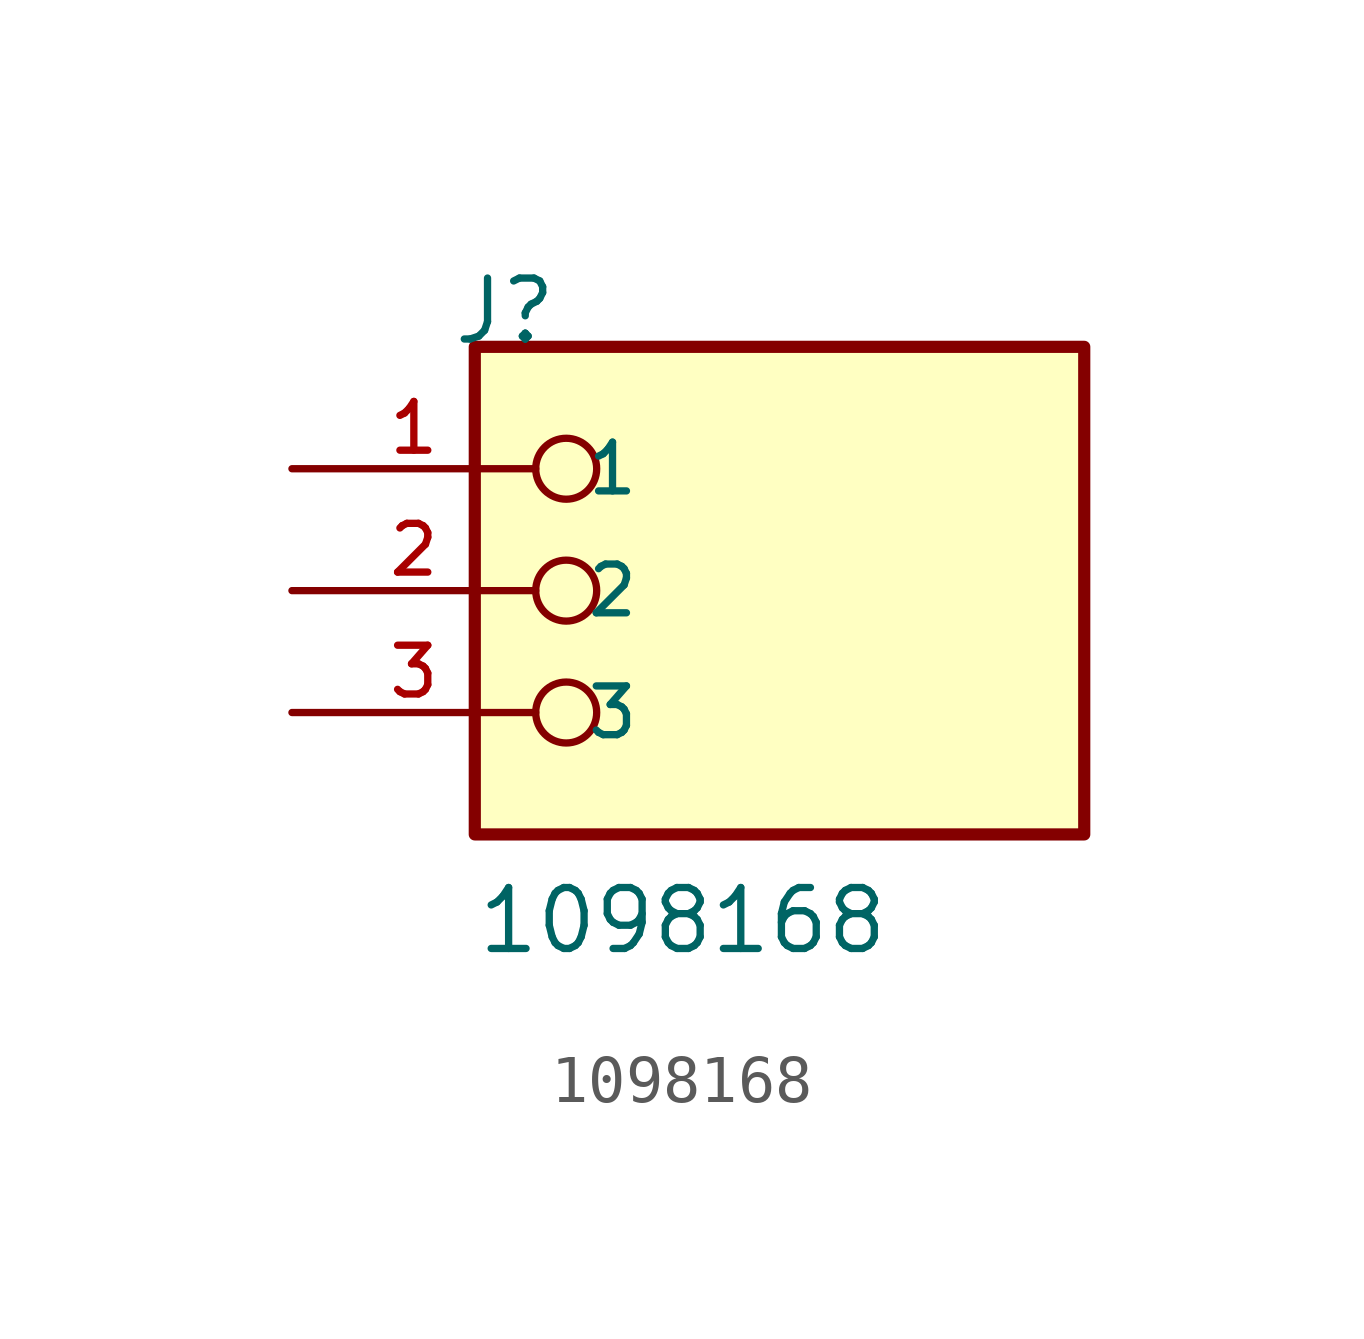
<source format=kicad_sym>
(kicad_symbol_lib
  (version 20211014)
  (generator kicad_symbol_editor)
  (symbol "1098168"
    (pin_names
      (offset 1.016))
    (property "Reference" "J"
      (at -6.85 5.08 0)
      (effects (font (size 1.27 1.27)) (justify bottom left)))
    (property "Value" "1098168"
      (at -6.35 -7.62 0)
      (effects (font (size 1.27 1.27)) (justify bottom left)))
    (symbol "1098168_0_0"
      (circle (center -4.445 2.54) (radius 0.635) (stroke (width 0.152)) (fill (type none)))
      (circle (center -4.445 0.0) (radius 0.635) (stroke (width 0.152)) (fill (type none)))
      (circle (center -4.445 -2.54) (radius 0.635) (stroke (width 0.152)) (fill (type none)))
      (rectangle (start -6.35 -5.08) (end 6.35 5.08) (stroke (width 0.254)) (fill (type background)))
      (pin passive line (at -10.16 2.54 0) (length 5.08) (name "1" (effects (font (size 1.016 1.016)))) (number "1" (effects (font (size 1.016 1.016)))))
      (pin passive line (at -10.16 0.0 0) (length 5.08) (name "2" (effects (font (size 1.016 1.016)))) (number "2" (effects (font (size 1.016 1.016)))))
      (pin passive line (at -10.16 -2.54 0) (length 5.08) (name "3" (effects (font (size 1.016 1.016)))) (number "3" (effects (font (size 1.016 1.016))))))))
</source>
